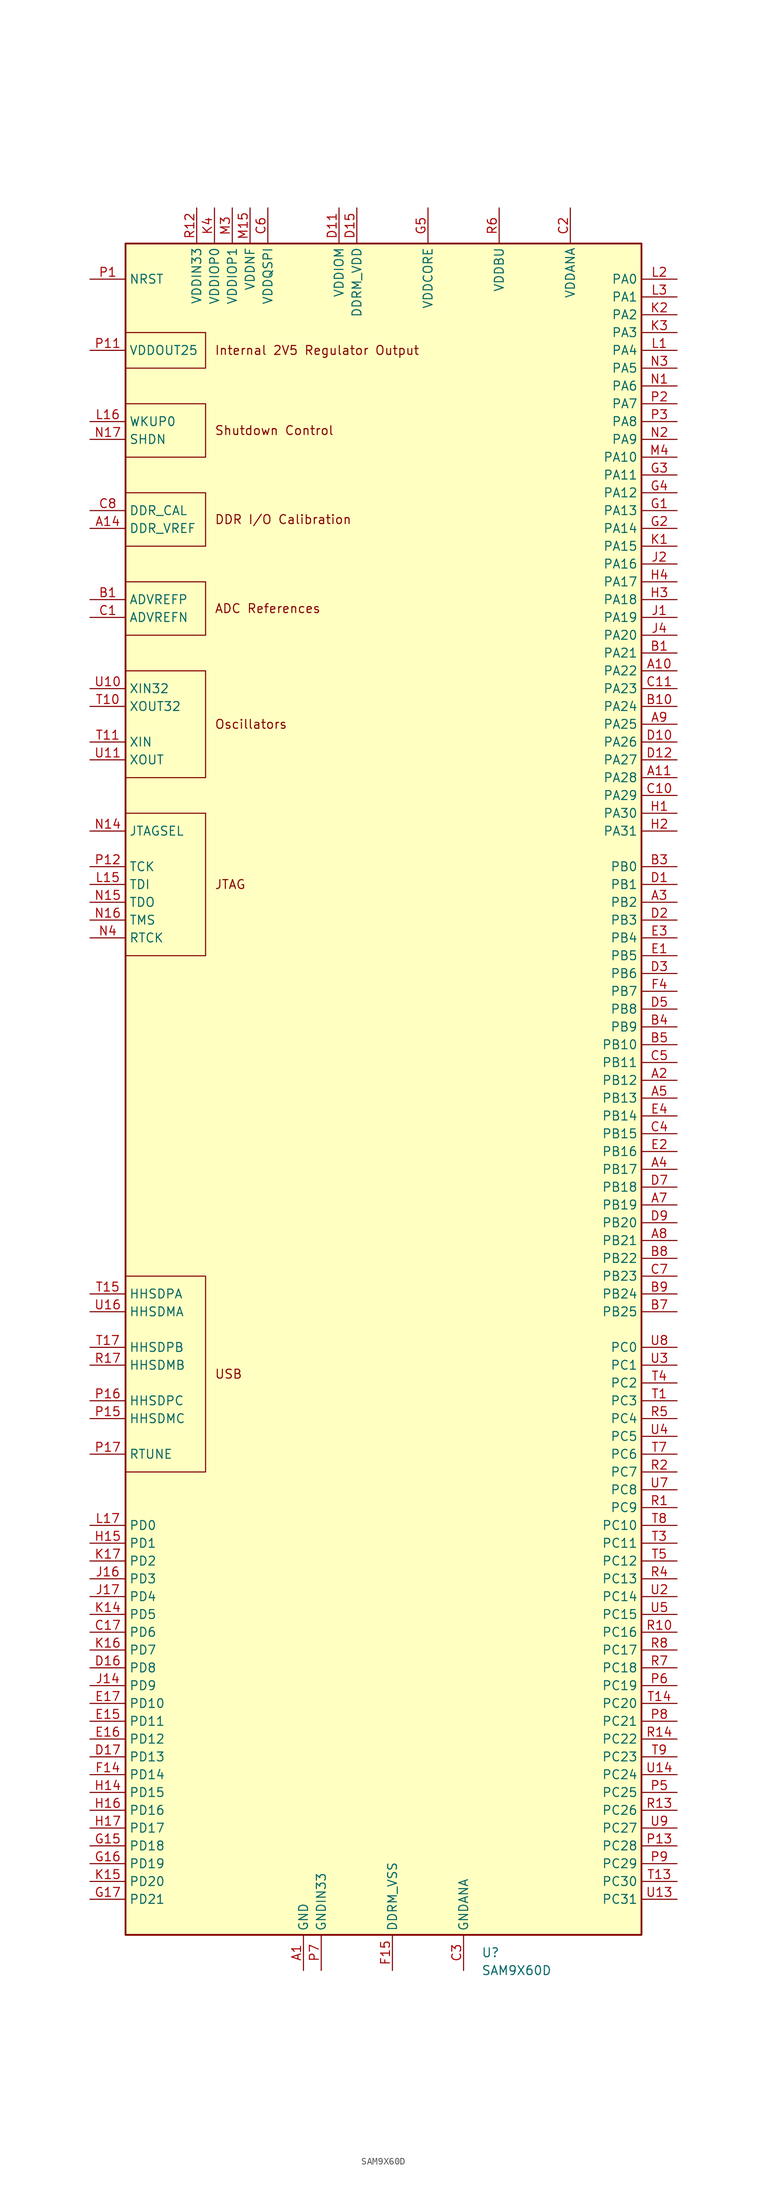
<source format=kicad_sym>
(kicad_symbol_lib
  (version 20220914)
  (generator kicad_symbol_editor)
  (symbol "SAM9X60D"
    (property "Reference" "U"
      (at 13.97 -123.19 0)
      (effects (font (size 1.27 1.27)) (justify left)))
    (property "Value" "SAM9X60D"
      (at 13.97 -125.73 0)
      (effects (font (size 1.27 1.27)) (justify left)))
    (symbol "SAM9X60D_1_1"
      (rectangle (start -36.83 120.65) (end 36.83 -120.65) (stroke (width 0.254) (type solid)) (fill (type background)))
      (polyline (pts (xy -36.83 -26.67) (xy -25.4 -26.67) (xy -25.4 -54.61) (xy -36.83 -54.61)) (stroke (width 0) (type default)) (fill (type none)))
      (polyline (pts (xy -36.83 39.37) (xy -25.4 39.37) (xy -25.4 19.05) (xy -36.83 19.05)) (stroke (width 0) (type default)) (fill (type none)))
      (polyline (pts (xy -36.83 44.45) (xy -25.4 44.45) (xy -25.4 59.69) (xy -36.83 59.69)) (stroke (width 0) (type default)) (fill (type none)))
      (polyline (pts (xy -36.83 72.39) (xy -25.4 72.39) (xy -25.4 64.77) (xy -36.83 64.77)) (stroke (width 0) (type default)) (fill (type none)))
      (polyline (pts (xy -36.83 77.47) (xy -25.4 77.47) (xy -25.4 85.09) (xy -36.83 85.09)) (stroke (width 0) (type default)) (fill (type none)))
      (polyline (pts (xy -36.83 97.79) (xy -25.4 97.79) (xy -25.4 90.17) (xy -36.83 90.17)) (stroke (width 0) (type default)) (fill (type none)))
      (polyline (pts (xy -36.83 102.87) (xy -25.4 102.87) (xy -25.4 107.95) (xy -36.83 107.95)) (stroke (width 0) (type default)) (fill (type none)))
      (text "ADC References" (at -24.13 68.58 0) (effects (font (size 1.27 1.27)) (justify left)))
      (text "DDR I/O Calibration" (at -24.13 81.28 0) (effects (font (size 1.27 1.27)) (justify left)))
      (text "Internal 2V5 Regulator Output" (at -24.13 105.41 0) (effects (font (size 1.27 1.27)) (justify left)))
      (text "JTAG" (at -24.13 29.21 0) (effects (font (size 1.27 1.27)) (justify left)))
      (text "Oscillators" (at -24.13 52.07 0) (effects (font (size 1.27 1.27)) (justify left)))
      (text "Shutdown Control" (at -24.13 93.98 0) (effects (font (size 1.27 1.27)) (justify left)))
      (text "USB" (at -24.13 -40.64 0) (effects (font (size 1.27 1.27)) (justify left)))
      (pin power_in line (at -11.43 -125.73 90) (length 5.08) (name "GND" (effects (font (size 1.27 1.27)))) (number "A1" (effects (font (size 1.27 1.27)))))
      (pin bidirectional line (at 41.91 59.69 180) (length 5.08) (name "PA22" (effects (font (size 1.27 1.27)))) (number "A10" (effects (font (size 1.27 1.27)))))
      (pin bidirectional line (at 41.91 44.45 180) (length 5.08) (name "PA28" (effects (font (size 1.27 1.27)))) (number "A11" (effects (font (size 1.27 1.27)))))
      (pin power_in line (at -11.43 -125.73 90) (length 5.08) hide (name "GND" (effects (font (size 1.27 1.27)))) (number "A13" (effects (font (size 1.27 1.27)))))
      (pin bidirectional line (at -41.91 80.01 0) (length 5.08) (name "DDR_VREF" (effects (font (size 1.27 1.27)))) (number "A14" (effects (font (size 1.27 1.27)))))
      (pin power_in line (at -11.43 -125.73 90) (length 5.08) hide (name "GND" (effects (font (size 1.27 1.27)))) (number "A15" (effects (font (size 1.27 1.27)))))
      (pin power_in line (at -3.81 125.73 270) (length 5.08) hide (name "DDRM_VDD" (effects (font (size 1.27 1.27)))) (number "A16" (effects (font (size 1.27 1.27)))))
      (pin power_in line (at 1.27 -125.73 90) (length 5.08) hide (name "DDRM_VSS" (effects (font (size 1.27 1.27)))) (number "A17" (effects (font (size 1.27 1.27)))))
      (pin bidirectional line (at 41.91 1.27 180) (length 5.08) (name "PB12" (effects (font (size 1.27 1.27)))) (number "A2" (effects (font (size 1.27 1.27)))))
      (pin bidirectional line (at 41.91 26.67 180) (length 5.08) (name "PB2" (effects (font (size 1.27 1.27)))) (number "A3" (effects (font (size 1.27 1.27)))))
      (pin bidirectional line (at 41.91 -11.43 180) (length 5.08) (name "PB17" (effects (font (size 1.27 1.27)))) (number "A4" (effects (font (size 1.27 1.27)))))
      (pin bidirectional line (at 41.91 -1.27 180) (length 5.08) (name "PB13" (effects (font (size 1.27 1.27)))) (number "A5" (effects (font (size 1.27 1.27)))))
      (pin bidirectional line (at 41.91 -16.51 180) (length 5.08) (name "PB19" (effects (font (size 1.27 1.27)))) (number "A7" (effects (font (size 1.27 1.27)))))
      (pin bidirectional line (at 41.91 -21.59 180) (length 5.08) (name "PB21" (effects (font (size 1.27 1.27)))) (number "A8" (effects (font (size 1.27 1.27)))))
      (pin bidirectional line (at 41.91 52.07 180) (length 5.08) (name "PA25" (effects (font (size 1.27 1.27)))) (number "A9" (effects (font (size 1.27 1.27)))))
      (pin input line (at -41.91 69.85 0) (length 5.08) (name "ADVREFP" (effects (font (size 1.27 1.27)))) (number "B1" (effects (font (size 1.27 1.27)))))
      (pin bidirectional line (at 41.91 62.23 180) (length 5.08) (name "PA21" (effects (font (size 1.27 1.27)))) (number "B1" (effects (font (size 1.27 1.27)))))
      (pin bidirectional line (at 41.91 54.61 180) (length 5.08) (name "PA24" (effects (font (size 1.27 1.27)))) (number "B10" (effects (font (size 1.27 1.27)))))
      (pin power_in line (at -11.43 -125.73 90) (length 5.08) hide (name "GND" (effects (font (size 1.27 1.27)))) (number "B13" (effects (font (size 1.27 1.27)))))
      (pin power_in line (at -11.43 -125.73 90) (length 5.08) hide (name "GND" (effects (font (size 1.27 1.27)))) (number "B14" (effects (font (size 1.27 1.27)))))
      (pin power_in line (at -3.81 125.73 270) (length 5.08) hide (name "DDRM_VDD" (effects (font (size 1.27 1.27)))) (number "B15" (effects (font (size 1.27 1.27)))))
      (pin power_in line (at 1.27 -125.73 90) (length 5.08) hide (name "DDRM_VSS" (effects (font (size 1.27 1.27)))) (number "B16" (effects (font (size 1.27 1.27)))))
      (pin power_in line (at -3.81 125.73 270) (length 5.08) hide (name "DDRM_VDD" (effects (font (size 1.27 1.27)))) (number "B17" (effects (font (size 1.27 1.27)))))
      (pin power_in line (at -11.43 -125.73 90) (length 5.08) hide (name "GND" (effects (font (size 1.27 1.27)))) (number "B2" (effects (font (size 1.27 1.27)))))
      (pin bidirectional line (at 41.91 31.75 180) (length 5.08) (name "PB0" (effects (font (size 1.27 1.27)))) (number "B3" (effects (font (size 1.27 1.27)))))
      (pin bidirectional line (at 41.91 8.89 180) (length 5.08) (name "PB9" (effects (font (size 1.27 1.27)))) (number "B4" (effects (font (size 1.27 1.27)))))
      (pin bidirectional line (at 41.91 6.35 180) (length 5.08) (name "PB10" (effects (font (size 1.27 1.27)))) (number "B5" (effects (font (size 1.27 1.27)))))
      (pin bidirectional line (at 41.91 -31.75 180) (length 5.08) (name "PB25" (effects (font (size 1.27 1.27)))) (number "B7" (effects (font (size 1.27 1.27)))))
      (pin bidirectional line (at 41.91 -24.13 180) (length 5.08) (name "PB22" (effects (font (size 1.27 1.27)))) (number "B8" (effects (font (size 1.27 1.27)))))
      (pin bidirectional line (at 41.91 -29.21 180) (length 5.08) (name "PB24" (effects (font (size 1.27 1.27)))) (number "B9" (effects (font (size 1.27 1.27)))))
      (pin input line (at -41.91 67.31 0) (length 5.08) (name "ADVREFN" (effects (font (size 1.27 1.27)))) (number "C1" (effects (font (size 1.27 1.27)))))
      (pin bidirectional line (at 41.91 41.91 180) (length 5.08) (name "PA29" (effects (font (size 1.27 1.27)))) (number "C10" (effects (font (size 1.27 1.27)))))
      (pin bidirectional line (at 41.91 57.15 180) (length 5.08) (name "PA23" (effects (font (size 1.27 1.27)))) (number "C11" (effects (font (size 1.27 1.27)))))
      (pin power_in line (at 1.27 -125.73 90) (length 5.08) hide (name "DDRM_VSS" (effects (font (size 1.27 1.27)))) (number "C12" (effects (font (size 1.27 1.27)))))
      (pin power_in line (at -11.43 -125.73 90) (length 5.08) hide (name "GND" (effects (font (size 1.27 1.27)))) (number "C13" (effects (font (size 1.27 1.27)))))
      (pin power_in line (at -3.81 125.73 270) (length 5.08) hide (name "DDRM_VDD" (effects (font (size 1.27 1.27)))) (number "C14" (effects (font (size 1.27 1.27)))))
      (pin power_in line (at 1.27 -125.73 90) (length 5.08) hide (name "DDRM_VSS" (effects (font (size 1.27 1.27)))) (number "C15" (effects (font (size 1.27 1.27)))))
      (pin power_in line (at -3.81 125.73 270) (length 5.08) hide (name "DDRM_VDD" (effects (font (size 1.27 1.27)))) (number "C16" (effects (font (size 1.27 1.27)))))
      (pin bidirectional line (at -41.91 -77.47 0) (length 5.08) (name "PD6" (effects (font (size 1.27 1.27)))) (number "C17" (effects (font (size 1.27 1.27)))))
      (pin power_in line (at 26.67 125.73 270) (length 5.08) (name "VDDANA" (effects (font (size 1.27 1.27)))) (number "C2" (effects (font (size 1.27 1.27)))))
      (pin power_in line (at 11.43 -125.73 90) (length 5.08) (name "GNDANA" (effects (font (size 1.27 1.27)))) (number "C3" (effects (font (size 1.27 1.27)))))
      (pin bidirectional line (at 41.91 -6.35 180) (length 5.08) (name "PB15" (effects (font (size 1.27 1.27)))) (number "C4" (effects (font (size 1.27 1.27)))))
      (pin bidirectional line (at 41.91 3.81 180) (length 5.08) (name "PB11" (effects (font (size 1.27 1.27)))) (number "C5" (effects (font (size 1.27 1.27)))))
      (pin power_in line (at -16.51 125.73 270) (length 5.08) (name "VDDQSPI" (effects (font (size 1.27 1.27)))) (number "C6" (effects (font (size 1.27 1.27)))))
      (pin bidirectional line (at 41.91 -26.67 180) (length 5.08) (name "PB23" (effects (font (size 1.27 1.27)))) (number "C7" (effects (font (size 1.27 1.27)))))
      (pin bidirectional line (at -41.91 82.55 0) (length 5.08) (name "DDR_CAL" (effects (font (size 1.27 1.27)))) (number "C8" (effects (font (size 1.27 1.27)))))
      (pin power_in line (at -11.43 -125.73 90) (length 5.08) hide (name "GND" (effects (font (size 1.27 1.27)))) (number "C9" (effects (font (size 1.27 1.27)))))
      (pin bidirectional line (at 41.91 29.21 180) (length 5.08) (name "PB1" (effects (font (size 1.27 1.27)))) (number "D1" (effects (font (size 1.27 1.27)))))
      (pin bidirectional line (at 41.91 49.53 180) (length 5.08) (name "PA26" (effects (font (size 1.27 1.27)))) (number "D10" (effects (font (size 1.27 1.27)))))
      (pin power_in line (at -6.35 125.73 270) (length 5.08) (name "VDDIOM" (effects (font (size 1.27 1.27)))) (number "D11" (effects (font (size 1.27 1.27)))))
      (pin bidirectional line (at 41.91 46.99 180) (length 5.08) (name "PA27" (effects (font (size 1.27 1.27)))) (number "D12" (effects (font (size 1.27 1.27)))))
      (pin power_in line (at -3.81 125.73 270) (length 5.08) hide (name "DDRM_VDD" (effects (font (size 1.27 1.27)))) (number "D13" (effects (font (size 1.27 1.27)))))
      (pin power_in line (at 1.27 -125.73 90) (length 5.08) hide (name "DDRM_VSS" (effects (font (size 1.27 1.27)))) (number "D14" (effects (font (size 1.27 1.27)))))
      (pin power_in line (at -3.81 125.73 270) (length 5.08) (name "DDRM_VDD" (effects (font (size 1.27 1.27)))) (number "D15" (effects (font (size 1.27 1.27)))))
      (pin bidirectional line (at -41.91 -82.55 0) (length 5.08) (name "PD8" (effects (font (size 1.27 1.27)))) (number "D16" (effects (font (size 1.27 1.27)))))
      (pin bidirectional line (at -41.91 -95.25 0) (length 5.08) (name "PD13" (effects (font (size 1.27 1.27)))) (number "D17" (effects (font (size 1.27 1.27)))))
      (pin bidirectional line (at 41.91 24.13 180) (length 5.08) (name "PB3" (effects (font (size 1.27 1.27)))) (number "D2" (effects (font (size 1.27 1.27)))))
      (pin bidirectional line (at 41.91 16.51 180) (length 5.08) (name "PB6" (effects (font (size 1.27 1.27)))) (number "D3" (effects (font (size 1.27 1.27)))))
      (pin power_in line (at -11.43 -125.73 90) (length 5.08) hide (name "GND" (effects (font (size 1.27 1.27)))) (number "D4" (effects (font (size 1.27 1.27)))))
      (pin bidirectional line (at 41.91 11.43 180) (length 5.08) (name "PB8" (effects (font (size 1.27 1.27)))) (number "D5" (effects (font (size 1.27 1.27)))))
      (pin power_in line (at 6.35 125.73 270) (length 5.08) hide (name "VDDCORE" (effects (font (size 1.27 1.27)))) (number "D6" (effects (font (size 1.27 1.27)))))
      (pin bidirectional line (at 41.91 -13.97 180) (length 5.08) (name "PB18" (effects (font (size 1.27 1.27)))) (number "D7" (effects (font (size 1.27 1.27)))))
      (pin power_in line (at 6.35 125.73 270) (length 5.08) hide (name "VDDCORE" (effects (font (size 1.27 1.27)))) (number "D8" (effects (font (size 1.27 1.27)))))
      (pin bidirectional line (at 41.91 -19.05 180) (length 5.08) (name "PB20" (effects (font (size 1.27 1.27)))) (number "D9" (effects (font (size 1.27 1.27)))))
      (pin bidirectional line (at 41.91 19.05 180) (length 5.08) (name "PB5" (effects (font (size 1.27 1.27)))) (number "E1" (effects (font (size 1.27 1.27)))))
      (pin power_in line (at -3.81 125.73 270) (length 5.08) hide (name "DDRM_VDD" (effects (font (size 1.27 1.27)))) (number "E11" (effects (font (size 1.27 1.27)))))
      (pin power_in line (at -3.81 125.73 270) (length 5.08) hide (name "DDRM_VDD" (effects (font (size 1.27 1.27)))) (number "E12" (effects (font (size 1.27 1.27)))))
      (pin power_in line (at 1.27 -125.73 90) (length 5.08) hide (name "DDRM_VSS" (effects (font (size 1.27 1.27)))) (number "E13" (effects (font (size 1.27 1.27)))))
      (pin power_in line (at -6.35 125.73 270) (length 5.08) hide (name "VDDIOM" (effects (font (size 1.27 1.27)))) (number "E14" (effects (font (size 1.27 1.27)))))
      (pin bidirectional line (at -41.91 -90.17 0) (length 5.08) (name "PD11" (effects (font (size 1.27 1.27)))) (number "E15" (effects (font (size 1.27 1.27)))))
      (pin bidirectional line (at -41.91 -92.71 0) (length 5.08) (name "PD12" (effects (font (size 1.27 1.27)))) (number "E16" (effects (font (size 1.27 1.27)))))
      (pin bidirectional line (at -41.91 -87.63 0) (length 5.08) (name "PD10" (effects (font (size 1.27 1.27)))) (number "E17" (effects (font (size 1.27 1.27)))))
      (pin bidirectional line (at 41.91 -8.89 180) (length 5.08) (name "PB16" (effects (font (size 1.27 1.27)))) (number "E2" (effects (font (size 1.27 1.27)))))
      (pin bidirectional line (at 41.91 21.59 180) (length 5.08) (name "PB4" (effects (font (size 1.27 1.27)))) (number "E3" (effects (font (size 1.27 1.27)))))
      (pin bidirectional line (at 41.91 -3.81 180) (length 5.08) (name "PB14" (effects (font (size 1.27 1.27)))) (number "E4" (effects (font (size 1.27 1.27)))))
      (pin power_in line (at -11.43 -125.73 90) (length 5.08) hide (name "GND" (effects (font (size 1.27 1.27)))) (number "E5" (effects (font (size 1.27 1.27)))))
      (pin power_in line (at -11.43 -125.73 90) (length 5.08) hide (name "GND" (effects (font (size 1.27 1.27)))) (number "E6" (effects (font (size 1.27 1.27)))))
      (pin power_in line (at -11.43 -125.73 90) (length 5.08) hide (name "GND" (effects (font (size 1.27 1.27)))) (number "E7" (effects (font (size 1.27 1.27)))))
      (pin power_in line (at 1.27 -125.73 90) (length 5.08) hide (name "DDRM_VSS" (effects (font (size 1.27 1.27)))) (number "F11" (effects (font (size 1.27 1.27)))))
      (pin power_in line (at 1.27 -125.73 90) (length 5.08) hide (name "DDRM_VSS" (effects (font (size 1.27 1.27)))) (number "F12" (effects (font (size 1.27 1.27)))))
      (pin power_in line (at -3.81 125.73 270) (length 5.08) hide (name "DDRM_VDD" (effects (font (size 1.27 1.27)))) (number "F13" (effects (font (size 1.27 1.27)))))
      (pin bidirectional line (at -41.91 -97.79 0) (length 5.08) (name "PD14" (effects (font (size 1.27 1.27)))) (number "F14" (effects (font (size 1.27 1.27)))))
      (pin power_in line (at 1.27 -125.73 90) (length 5.08) (name "DDRM_VSS" (effects (font (size 1.27 1.27)))) (number "F15" (effects (font (size 1.27 1.27)))))
      (pin power_in line (at -11.43 -125.73 90) (length 5.08) hide (name "GND" (effects (font (size 1.27 1.27)))) (number "F3" (effects (font (size 1.27 1.27)))))
      (pin bidirectional line (at 41.91 13.97 180) (length 5.08) (name "PB7" (effects (font (size 1.27 1.27)))) (number "F4" (effects (font (size 1.27 1.27)))))
      (pin power_in line (at -24.13 125.73 270) (length 5.08) hide (name "VDDIOP0" (effects (font (size 1.27 1.27)))) (number "F5" (effects (font (size 1.27 1.27)))))
      (pin power_in line (at -11.43 -125.73 90) (length 5.08) hide (name "GND" (effects (font (size 1.27 1.27)))) (number "F6" (effects (font (size 1.27 1.27)))))
      (pin power_in line (at -11.43 -125.73 90) (length 5.08) hide (name "GND" (effects (font (size 1.27 1.27)))) (number "F7" (effects (font (size 1.27 1.27)))))
      (pin bidirectional line (at 41.91 82.55 180) (length 5.08) (name "PA13" (effects (font (size 1.27 1.27)))) (number "G1" (effects (font (size 1.27 1.27)))))
      (pin power_in line (at 1.27 -125.73 90) (length 5.08) hide (name "DDRM_VSS" (effects (font (size 1.27 1.27)))) (number "G12" (effects (font (size 1.27 1.27)))))
      (pin power_in line (at -3.81 125.73 270) (length 5.08) hide (name "DDRM_VDD" (effects (font (size 1.27 1.27)))) (number "G13" (effects (font (size 1.27 1.27)))))
      (pin power_in line (at -6.35 125.73 270) (length 5.08) hide (name "VDDIOM" (effects (font (size 1.27 1.27)))) (number "G14" (effects (font (size 1.27 1.27)))))
      (pin bidirectional line (at -41.91 -107.95 0) (length 5.08) (name "PD18" (effects (font (size 1.27 1.27)))) (number "G15" (effects (font (size 1.27 1.27)))))
      (pin bidirectional line (at -41.91 -110.49 0) (length 5.08) (name "PD19" (effects (font (size 1.27 1.27)))) (number "G16" (effects (font (size 1.27 1.27)))))
      (pin bidirectional line (at -41.91 -115.57 0) (length 5.08) (name "PD21" (effects (font (size 1.27 1.27)))) (number "G17" (effects (font (size 1.27 1.27)))))
      (pin bidirectional line (at 41.91 80.01 180) (length 5.08) (name "PA14" (effects (font (size 1.27 1.27)))) (number "G2" (effects (font (size 1.27 1.27)))))
      (pin bidirectional line (at 41.91 87.63 180) (length 5.08) (name "PA11" (effects (font (size 1.27 1.27)))) (number "G3" (effects (font (size 1.27 1.27)))))
      (pin bidirectional line (at 41.91 85.09 180) (length 5.08) (name "PA12" (effects (font (size 1.27 1.27)))) (number "G4" (effects (font (size 1.27 1.27)))))
      (pin power_in line (at 6.35 125.73 270) (length 5.08) (name "VDDCORE" (effects (font (size 1.27 1.27)))) (number "G5" (effects (font (size 1.27 1.27)))))
      (pin power_in line (at -11.43 -125.73 90) (length 5.08) hide (name "GND" (effects (font (size 1.27 1.27)))) (number "G6" (effects (font (size 1.27 1.27)))))
      (pin bidirectional line (at 41.91 39.37 180) (length 5.08) (name "PA30" (effects (font (size 1.27 1.27)))) (number "H1" (effects (font (size 1.27 1.27)))))
      (pin power_in line (at -11.43 -125.73 90) (length 5.08) hide (name "GND" (effects (font (size 1.27 1.27)))) (number "H10" (effects (font (size 1.27 1.27)))))
      (pin bidirectional line (at -41.91 -100.33 0) (length 5.08) (name "PD15" (effects (font (size 1.27 1.27)))) (number "H14" (effects (font (size 1.27 1.27)))))
      (pin bidirectional line (at -41.91 -64.77 0) (length 5.08) (name "PD1" (effects (font (size 1.27 1.27)))) (number "H15" (effects (font (size 1.27 1.27)))))
      (pin bidirectional line (at -41.91 -102.87 0) (length 5.08) (name "PD16" (effects (font (size 1.27 1.27)))) (number "H16" (effects (font (size 1.27 1.27)))))
      (pin bidirectional line (at -41.91 -105.41 0) (length 5.08) (name "PD17" (effects (font (size 1.27 1.27)))) (number "H17" (effects (font (size 1.27 1.27)))))
      (pin bidirectional line (at 41.91 36.83 180) (length 5.08) (name "PA31" (effects (font (size 1.27 1.27)))) (number "H2" (effects (font (size 1.27 1.27)))))
      (pin bidirectional line (at 41.91 69.85 180) (length 5.08) (name "PA18" (effects (font (size 1.27 1.27)))) (number "H3" (effects (font (size 1.27 1.27)))))
      (pin bidirectional line (at 41.91 72.39 180) (length 5.08) (name "PA17" (effects (font (size 1.27 1.27)))) (number "H4" (effects (font (size 1.27 1.27)))))
      (pin power_in line (at -11.43 -125.73 90) (length 5.08) hide (name "GND" (effects (font (size 1.27 1.27)))) (number "H8" (effects (font (size 1.27 1.27)))))
      (pin power_in line (at -11.43 -125.73 90) (length 5.08) hide (name "GND" (effects (font (size 1.27 1.27)))) (number "H9" (effects (font (size 1.27 1.27)))))
      (pin bidirectional line (at 41.91 67.31 180) (length 5.08) (name "PA19" (effects (font (size 1.27 1.27)))) (number "J1" (effects (font (size 1.27 1.27)))))
      (pin power_in line (at -11.43 -125.73 90) (length 5.08) hide (name "GND" (effects (font (size 1.27 1.27)))) (number "J10" (effects (font (size 1.27 1.27)))))
      (pin bidirectional line (at -41.91 -85.09 0) (length 5.08) (name "PD9" (effects (font (size 1.27 1.27)))) (number "J14" (effects (font (size 1.27 1.27)))))
      (pin power_in line (at -11.43 -125.73 90) (length 5.08) hide (name "GND" (effects (font (size 1.27 1.27)))) (number "J15" (effects (font (size 1.27 1.27)))))
      (pin bidirectional line (at -41.91 -69.85 0) (length 5.08) (name "PD3" (effects (font (size 1.27 1.27)))) (number "J16" (effects (font (size 1.27 1.27)))))
      (pin bidirectional line (at -41.91 -72.39 0) (length 5.08) (name "PD4" (effects (font (size 1.27 1.27)))) (number "J17" (effects (font (size 1.27 1.27)))))
      (pin bidirectional line (at 41.91 74.93 180) (length 5.08) (name "PA16" (effects (font (size 1.27 1.27)))) (number "J2" (effects (font (size 1.27 1.27)))))
      (pin power_in line (at -11.43 -125.73 90) (length 5.08) hide (name "GND" (effects (font (size 1.27 1.27)))) (number "J3" (effects (font (size 1.27 1.27)))))
      (pin bidirectional line (at 41.91 64.77 180) (length 5.08) (name "PA20" (effects (font (size 1.27 1.27)))) (number "J4" (effects (font (size 1.27 1.27)))))
      (pin power_in line (at -11.43 -125.73 90) (length 5.08) hide (name "GND" (effects (font (size 1.27 1.27)))) (number "J8" (effects (font (size 1.27 1.27)))))
      (pin power_in line (at -11.43 -125.73 90) (length 5.08) hide (name "GND" (effects (font (size 1.27 1.27)))) (number "J9" (effects (font (size 1.27 1.27)))))
      (pin bidirectional line (at 41.91 77.47 180) (length 5.08) (name "PA15" (effects (font (size 1.27 1.27)))) (number "K1" (effects (font (size 1.27 1.27)))))
      (pin power_in line (at -11.43 -125.73 90) (length 5.08) hide (name "GND" (effects (font (size 1.27 1.27)))) (number "K10" (effects (font (size 1.27 1.27)))))
      (pin bidirectional line (at -41.91 -74.93 0) (length 5.08) (name "PD5" (effects (font (size 1.27 1.27)))) (number "K14" (effects (font (size 1.27 1.27)))))
      (pin bidirectional line (at -41.91 -113.03 0) (length 5.08) (name "PD20" (effects (font (size 1.27 1.27)))) (number "K15" (effects (font (size 1.27 1.27)))))
      (pin bidirectional line (at -41.91 -80.01 0) (length 5.08) (name "PD7" (effects (font (size 1.27 1.27)))) (number "K16" (effects (font (size 1.27 1.27)))))
      (pin bidirectional line (at -41.91 -67.31 0) (length 5.08) (name "PD2" (effects (font (size 1.27 1.27)))) (number "K17" (effects (font (size 1.27 1.27)))))
      (pin bidirectional line (at 41.91 110.49 180) (length 5.08) (name "PA2" (effects (font (size 1.27 1.27)))) (number "K2" (effects (font (size 1.27 1.27)))))
      (pin bidirectional line (at 41.91 107.95 180) (length 5.08) (name "PA3" (effects (font (size 1.27 1.27)))) (number "K3" (effects (font (size 1.27 1.27)))))
      (pin power_in line (at -24.13 125.73 270) (length 5.08) (name "VDDIOP0" (effects (font (size 1.27 1.27)))) (number "K4" (effects (font (size 1.27 1.27)))))
      (pin power_in line (at -11.43 -125.73 90) (length 5.08) hide (name "GND" (effects (font (size 1.27 1.27)))) (number "K8" (effects (font (size 1.27 1.27)))))
      (pin power_in line (at -11.43 -125.73 90) (length 5.08) hide (name "GND" (effects (font (size 1.27 1.27)))) (number "K9" (effects (font (size 1.27 1.27)))))
      (pin bidirectional line (at 41.91 105.41 180) (length 5.08) (name "PA4" (effects (font (size 1.27 1.27)))) (number "L1" (effects (font (size 1.27 1.27)))))
      (pin power_in line (at -11.43 -125.73 90) (length 5.08) hide (name "GND" (effects (font (size 1.27 1.27)))) (number "L12" (effects (font (size 1.27 1.27)))))
      (pin power_in line (at -11.43 -125.73 90) (length 5.08) hide (name "GND" (effects (font (size 1.27 1.27)))) (number "L13" (effects (font (size 1.27 1.27)))))
      (pin power_in line (at -11.43 -125.73 90) (length 5.08) hide (name "GND" (effects (font (size 1.27 1.27)))) (number "L14" (effects (font (size 1.27 1.27)))))
      (pin input line (at -41.91 29.21 0) (length 5.08) (name "TDI" (effects (font (size 1.27 1.27)))) (number "L15" (effects (font (size 1.27 1.27)))))
      (pin input line (at -41.91 95.25 0) (length 5.08) (name "WKUP0" (effects (font (size 1.27 1.27)))) (number "L16" (effects (font (size 1.27 1.27)))))
      (pin bidirectional line (at -41.91 -62.23 0) (length 5.08) (name "PD0" (effects (font (size 1.27 1.27)))) (number "L17" (effects (font (size 1.27 1.27)))))
      (pin bidirectional line (at 41.91 115.57 180) (length 5.08) (name "PA0" (effects (font (size 1.27 1.27)))) (number "L2" (effects (font (size 1.27 1.27)))))
      (pin bidirectional line (at 41.91 113.03 180) (length 5.08) (name "PA1" (effects (font (size 1.27 1.27)))) (number "L3" (effects (font (size 1.27 1.27)))))
      (pin power_in line (at -24.13 125.73 270) (length 5.08) hide (name "VDDIOP0" (effects (font (size 1.27 1.27)))) (number "L4" (effects (font (size 1.27 1.27)))))
      (pin power_in line (at -11.43 -125.73 90) (length 5.08) hide (name "GND" (effects (font (size 1.27 1.27)))) (number "L5" (effects (font (size 1.27 1.27)))))
      (pin power_in line (at 6.35 125.73 270) (length 5.08) hide (name "VDDCORE" (effects (font (size 1.27 1.27)))) (number "L6" (effects (font (size 1.27 1.27)))))
      (pin power_in line (at -11.43 -125.73 90) (length 5.08) hide (name "GND" (effects (font (size 1.27 1.27)))) (number "M11" (effects (font (size 1.27 1.27)))))
      (pin power_in line (at -11.43 -125.73 90) (length 5.08) hide (name "GND" (effects (font (size 1.27 1.27)))) (number "M12" (effects (font (size 1.27 1.27)))))
      (pin power_in line (at -11.43 -125.73 90) (length 5.08) hide (name "GND" (effects (font (size 1.27 1.27)))) (number "M13" (effects (font (size 1.27 1.27)))))
      (pin power_in line (at -11.43 -125.73 90) (length 5.08) hide (name "GND" (effects (font (size 1.27 1.27)))) (number "M14" (effects (font (size 1.27 1.27)))))
      (pin power_in line (at -19.05 125.73 270) (length 5.08) (name "VDDNF" (effects (font (size 1.27 1.27)))) (number "M15" (effects (font (size 1.27 1.27)))))
      (pin power_in line (at -21.59 125.73 270) (length 5.08) (name "VDDIOP1" (effects (font (size 1.27 1.27)))) (number "M3" (effects (font (size 1.27 1.27)))))
      (pin bidirectional line (at 41.91 90.17 180) (length 5.08) (name "PA10" (effects (font (size 1.27 1.27)))) (number "M4" (effects (font (size 1.27 1.27)))))
      (pin power_in line (at -11.43 -125.73 90) (length 5.08) hide (name "GND" (effects (font (size 1.27 1.27)))) (number "M5" (effects (font (size 1.27 1.27)))))
      (pin power_in line (at -11.43 -125.73 90) (length 5.08) hide (name "GND" (effects (font (size 1.27 1.27)))) (number "M6" (effects (font (size 1.27 1.27)))))
      (pin power_in line (at 6.35 125.73 270) (length 5.08) hide (name "VDDCORE" (effects (font (size 1.27 1.27)))) (number "M7" (effects (font (size 1.27 1.27)))))
      (pin bidirectional line (at 41.91 100.33 180) (length 5.08) (name "PA6" (effects (font (size 1.27 1.27)))) (number "N1" (effects (font (size 1.27 1.27)))))
      (pin power_in line (at -26.67 125.73 270) (length 5.08) hide (name "VDDIN33" (effects (font (size 1.27 1.27)))) (number "N11" (effects (font (size 1.27 1.27)))))
      (pin power_in line (at -11.43 -125.73 90) (length 5.08) hide (name "GND" (effects (font (size 1.27 1.27)))) (number "N12" (effects (font (size 1.27 1.27)))))
      (pin power_in line (at -11.43 -125.73 90) (length 5.08) hide (name "GND" (effects (font (size 1.27 1.27)))) (number "N13" (effects (font (size 1.27 1.27)))))
      (pin input line (at -41.91 36.83 0) (length 5.08) (name "JTAGSEL" (effects (font (size 1.27 1.27)))) (number "N14" (effects (font (size 1.27 1.27)))))
      (pin output line (at -41.91 26.67 0) (length 5.08) (name "TDO" (effects (font (size 1.27 1.27)))) (number "N15" (effects (font (size 1.27 1.27)))))
      (pin input line (at -41.91 24.13 0) (length 5.08) (name "TMS" (effects (font (size 1.27 1.27)))) (number "N16" (effects (font (size 1.27 1.27)))))
      (pin output line (at -41.91 92.71 0) (length 5.08) (name "SHDN" (effects (font (size 1.27 1.27)))) (number "N17" (effects (font (size 1.27 1.27)))))
      (pin bidirectional line (at 41.91 92.71 180) (length 5.08) (name "PA9" (effects (font (size 1.27 1.27)))) (number "N2" (effects (font (size 1.27 1.27)))))
      (pin bidirectional line (at 41.91 102.87 180) (length 5.08) (name "PA5" (effects (font (size 1.27 1.27)))) (number "N3" (effects (font (size 1.27 1.27)))))
      (pin output line (at -41.91 21.59 0) (length 5.08) (name "RTCK" (effects (font (size 1.27 1.27)))) (number "N4" (effects (font (size 1.27 1.27)))))
      (pin power_in line (at -11.43 -125.73 90) (length 5.08) hide (name "GND" (effects (font (size 1.27 1.27)))) (number "N5" (effects (font (size 1.27 1.27)))))
      (pin power_in line (at -11.43 -125.73 90) (length 5.08) hide (name "GND" (effects (font (size 1.27 1.27)))) (number "N6" (effects (font (size 1.27 1.27)))))
      (pin power_in line (at -8.89 -125.73 90) (length 5.08) hide (name "GNDIN33" (effects (font (size 1.27 1.27)))) (number "N7" (effects (font (size 1.27 1.27)))))
      (pin input line (at -41.91 115.57 0) (length 5.08) (name "NRST" (effects (font (size 1.27 1.27)))) (number "P1" (effects (font (size 1.27 1.27)))))
      (pin power_in line (at -11.43 -125.73 90) (length 5.08) hide (name "GND" (effects (font (size 1.27 1.27)))) (number "P10" (effects (font (size 1.27 1.27)))))
      (pin passive line (at -41.91 105.41 0) (length 5.08) (name "VDDOUT25" (effects (font (size 1.27 1.27)))) (number "P11" (effects (font (size 1.27 1.27)))))
      (pin input line (at -41.91 31.75 0) (length 5.08) (name "TCK" (effects (font (size 1.27 1.27)))) (number "P12" (effects (font (size 1.27 1.27)))))
      (pin bidirectional line (at 41.91 -107.95 180) (length 5.08) (name "PC28" (effects (font (size 1.27 1.27)))) (number "P13" (effects (font (size 1.27 1.27)))))
      (pin power_in line (at -11.43 -125.73 90) (length 5.08) hide (name "GND" (effects (font (size 1.27 1.27)))) (number "P14" (effects (font (size 1.27 1.27)))))
      (pin bidirectional line (at -41.91 -46.99 0) (length 5.08) (name "HHSDMC" (effects (font (size 1.27 1.27)))) (number "P15" (effects (font (size 1.27 1.27)))))
      (pin bidirectional line (at -41.91 -44.45 0) (length 5.08) (name "HHSDPC" (effects (font (size 1.27 1.27)))) (number "P16" (effects (font (size 1.27 1.27)))))
      (pin bidirectional line (at -41.91 -52.07 0) (length 5.08) (name "RTUNE" (effects (font (size 1.27 1.27)))) (number "P17" (effects (font (size 1.27 1.27)))))
      (pin bidirectional line (at 41.91 97.79 180) (length 5.08) (name "PA7" (effects (font (size 1.27 1.27)))) (number "P2" (effects (font (size 1.27 1.27)))))
      (pin bidirectional line (at 41.91 95.25 180) (length 5.08) (name "PA8" (effects (font (size 1.27 1.27)))) (number "P3" (effects (font (size 1.27 1.27)))))
      (pin power_in line (at -11.43 -125.73 90) (length 5.08) hide (name "GND" (effects (font (size 1.27 1.27)))) (number "P4" (effects (font (size 1.27 1.27)))))
      (pin bidirectional line (at 41.91 -100.33 180) (length 5.08) (name "PC25" (effects (font (size 1.27 1.27)))) (number "P5" (effects (font (size 1.27 1.27)))))
      (pin bidirectional line (at 41.91 -85.09 180) (length 5.08) (name "PC19" (effects (font (size 1.27 1.27)))) (number "P6" (effects (font (size 1.27 1.27)))))
      (pin power_in line (at -8.89 -125.73 90) (length 5.08) (name "GNDIN33" (effects (font (size 1.27 1.27)))) (number "P7" (effects (font (size 1.27 1.27)))))
      (pin bidirectional line (at 41.91 -90.17 180) (length 5.08) (name "PC21" (effects (font (size 1.27 1.27)))) (number "P8" (effects (font (size 1.27 1.27)))))
      (pin bidirectional line (at 41.91 -110.49 180) (length 5.08) (name "PC29" (effects (font (size 1.27 1.27)))) (number "P9" (effects (font (size 1.27 1.27)))))
      (pin bidirectional line (at 41.91 -59.69 180) (length 5.08) (name "PC9" (effects (font (size 1.27 1.27)))) (number "R1" (effects (font (size 1.27 1.27)))))
      (pin bidirectional line (at 41.91 -77.47 180) (length 5.08) (name "PC16" (effects (font (size 1.27 1.27)))) (number "R10" (effects (font (size 1.27 1.27)))))
      (pin power_in line (at -11.43 -125.73 90) (length 5.08) hide (name "GND" (effects (font (size 1.27 1.27)))) (number "R11" (effects (font (size 1.27 1.27)))))
      (pin power_in line (at -26.67 125.73 270) (length 5.08) (name "VDDIN33" (effects (font (size 1.27 1.27)))) (number "R12" (effects (font (size 1.27 1.27)))))
      (pin bidirectional line (at 41.91 -102.87 180) (length 5.08) (name "PC26" (effects (font (size 1.27 1.27)))) (number "R13" (effects (font (size 1.27 1.27)))))
      (pin bidirectional line (at 41.91 -92.71 180) (length 5.08) (name "PC22" (effects (font (size 1.27 1.27)))) (number "R14" (effects (font (size 1.27 1.27)))))
      (pin power_in line (at -11.43 -125.73 90) (length 5.08) hide (name "GND" (effects (font (size 1.27 1.27)))) (number "R15" (effects (font (size 1.27 1.27)))))
      (pin power_in line (at -11.43 -125.73 90) (length 5.08) hide (name "GND" (effects (font (size 1.27 1.27)))) (number "R16" (effects (font (size 1.27 1.27)))))
      (pin bidirectional line (at -41.91 -39.37 0) (length 5.08) (name "HHSDMB" (effects (font (size 1.27 1.27)))) (number "R17" (effects (font (size 1.27 1.27)))))
      (pin bidirectional line (at 41.91 -54.61 180) (length 5.08) (name "PC7" (effects (font (size 1.27 1.27)))) (number "R2" (effects (font (size 1.27 1.27)))))
      (pin power_in line (at -11.43 -125.73 90) (length 5.08) hide (name "GND" (effects (font (size 1.27 1.27)))) (number "R3" (effects (font (size 1.27 1.27)))))
      (pin bidirectional line (at 41.91 -69.85 180) (length 5.08) (name "PC13" (effects (font (size 1.27 1.27)))) (number "R4" (effects (font (size 1.27 1.27)))))
      (pin bidirectional line (at 41.91 -46.99 180) (length 5.08) (name "PC4" (effects (font (size 1.27 1.27)))) (number "R5" (effects (font (size 1.27 1.27)))))
      (pin power_in line (at 16.51 125.73 270) (length 5.08) (name "VDDBU" (effects (font (size 1.27 1.27)))) (number "R6" (effects (font (size 1.27 1.27)))))
      (pin bidirectional line (at 41.91 -82.55 180) (length 5.08) (name "PC18" (effects (font (size 1.27 1.27)))) (number "R7" (effects (font (size 1.27 1.27)))))
      (pin bidirectional line (at 41.91 -80.01 180) (length 5.08) (name "PC17" (effects (font (size 1.27 1.27)))) (number "R8" (effects (font (size 1.27 1.27)))))
      (pin power_in line (at -11.43 -125.73 90) (length 5.08) hide (name "GND" (effects (font (size 1.27 1.27)))) (number "R9" (effects (font (size 1.27 1.27)))))
      (pin bidirectional line (at 41.91 -44.45 180) (length 5.08) (name "PC3" (effects (font (size 1.27 1.27)))) (number "T1" (effects (font (size 1.27 1.27)))))
      (pin bidirectional line (at -41.91 54.61 0) (length 5.08) (name "XOUT32" (effects (font (size 1.27 1.27)))) (number "T10" (effects (font (size 1.27 1.27)))))
      (pin input line (at -41.91 49.53 0) (length 5.08) (name "XIN" (effects (font (size 1.27 1.27)))) (number "T11" (effects (font (size 1.27 1.27)))))
      (pin bidirectional line (at 41.91 -113.03 180) (length 5.08) (name "PC30" (effects (font (size 1.27 1.27)))) (number "T13" (effects (font (size 1.27 1.27)))))
      (pin bidirectional line (at 41.91 -87.63 180) (length 5.08) (name "PC20" (effects (font (size 1.27 1.27)))) (number "T14" (effects (font (size 1.27 1.27)))))
      (pin bidirectional line (at -41.91 -29.21 0) (length 5.08) (name "HHSDPA" (effects (font (size 1.27 1.27)))) (number "T15" (effects (font (size 1.27 1.27)))))
      (pin power_in line (at -11.43 -125.73 90) (length 5.08) hide (name "GND" (effects (font (size 1.27 1.27)))) (number "T16" (effects (font (size 1.27 1.27)))))
      (pin bidirectional line (at -41.91 -36.83 0) (length 5.08) (name "HHSDPB" (effects (font (size 1.27 1.27)))) (number "T17" (effects (font (size 1.27 1.27)))))
      (pin power_in line (at -11.43 -125.73 90) (length 5.08) hide (name "GND" (effects (font (size 1.27 1.27)))) (number "T2" (effects (font (size 1.27 1.27)))))
      (pin bidirectional line (at 41.91 -64.77 180) (length 5.08) (name "PC11" (effects (font (size 1.27 1.27)))) (number "T3" (effects (font (size 1.27 1.27)))))
      (pin bidirectional line (at 41.91 -41.91 180) (length 5.08) (name "PC2" (effects (font (size 1.27 1.27)))) (number "T4" (effects (font (size 1.27 1.27)))))
      (pin bidirectional line (at 41.91 -67.31 180) (length 5.08) (name "PC12" (effects (font (size 1.27 1.27)))) (number "T5" (effects (font (size 1.27 1.27)))))
      (pin bidirectional line (at 41.91 -52.07 180) (length 5.08) (name "PC6" (effects (font (size 1.27 1.27)))) (number "T7" (effects (font (size 1.27 1.27)))))
      (pin bidirectional line (at 41.91 -62.23 180) (length 5.08) (name "PC10" (effects (font (size 1.27 1.27)))) (number "T8" (effects (font (size 1.27 1.27)))))
      (pin bidirectional line (at 41.91 -95.25 180) (length 5.08) (name "PC23" (effects (font (size 1.27 1.27)))) (number "T9" (effects (font (size 1.27 1.27)))))
      (pin power_in line (at -11.43 -125.73 90) (length 5.08) hide (name "GND" (effects (font (size 1.27 1.27)))) (number "U1" (effects (font (size 1.27 1.27)))))
      (pin input line (at -41.91 57.15 0) (length 5.08) (name "XIN32" (effects (font (size 1.27 1.27)))) (number "U10" (effects (font (size 1.27 1.27)))))
      (pin bidirectional line (at -41.91 46.99 0) (length 5.08) (name "XOUT" (effects (font (size 1.27 1.27)))) (number "U11" (effects (font (size 1.27 1.27)))))
      (pin bidirectional line (at 41.91 -115.57 180) (length 5.08) (name "PC31" (effects (font (size 1.27 1.27)))) (number "U13" (effects (font (size 1.27 1.27)))))
      (pin bidirectional line (at 41.91 -97.79 180) (length 5.08) (name "PC24" (effects (font (size 1.27 1.27)))) (number "U14" (effects (font (size 1.27 1.27)))))
      (pin power_in line (at -11.43 -125.73 90) (length 5.08) hide (name "GND" (effects (font (size 1.27 1.27)))) (number "U15" (effects (font (size 1.27 1.27)))))
      (pin bidirectional line (at -41.91 -31.75 0) (length 5.08) (name "HHSDMA" (effects (font (size 1.27 1.27)))) (number "U16" (effects (font (size 1.27 1.27)))))
      (pin power_in line (at -11.43 -125.73 90) (length 5.08) hide (name "GND" (effects (font (size 1.27 1.27)))) (number "U17" (effects (font (size 1.27 1.27)))))
      (pin bidirectional line (at 41.91 -72.39 180) (length 5.08) (name "PC14" (effects (font (size 1.27 1.27)))) (number "U2" (effects (font (size 1.27 1.27)))))
      (pin bidirectional line (at 41.91 -39.37 180) (length 5.08) (name "PC1" (effects (font (size 1.27 1.27)))) (number "U3" (effects (font (size 1.27 1.27)))))
      (pin bidirectional line (at 41.91 -49.53 180) (length 5.08) (name "PC5" (effects (font (size 1.27 1.27)))) (number "U4" (effects (font (size 1.27 1.27)))))
      (pin bidirectional line (at 41.91 -74.93 180) (length 5.08) (name "PC15" (effects (font (size 1.27 1.27)))) (number "U5" (effects (font (size 1.27 1.27)))))
      (pin bidirectional line (at 41.91 -57.15 180) (length 5.08) (name "PC8" (effects (font (size 1.27 1.27)))) (number "U7" (effects (font (size 1.27 1.27)))))
      (pin bidirectional line (at 41.91 -36.83 180) (length 5.08) (name "PC0" (effects (font (size 1.27 1.27)))) (number "U8" (effects (font (size 1.27 1.27)))))
      (pin bidirectional line (at 41.91 -105.41 180) (length 5.08) (name "PC27" (effects (font (size 1.27 1.27)))) (number "U9" (effects (font (size 1.27 1.27))))))))
</source>
